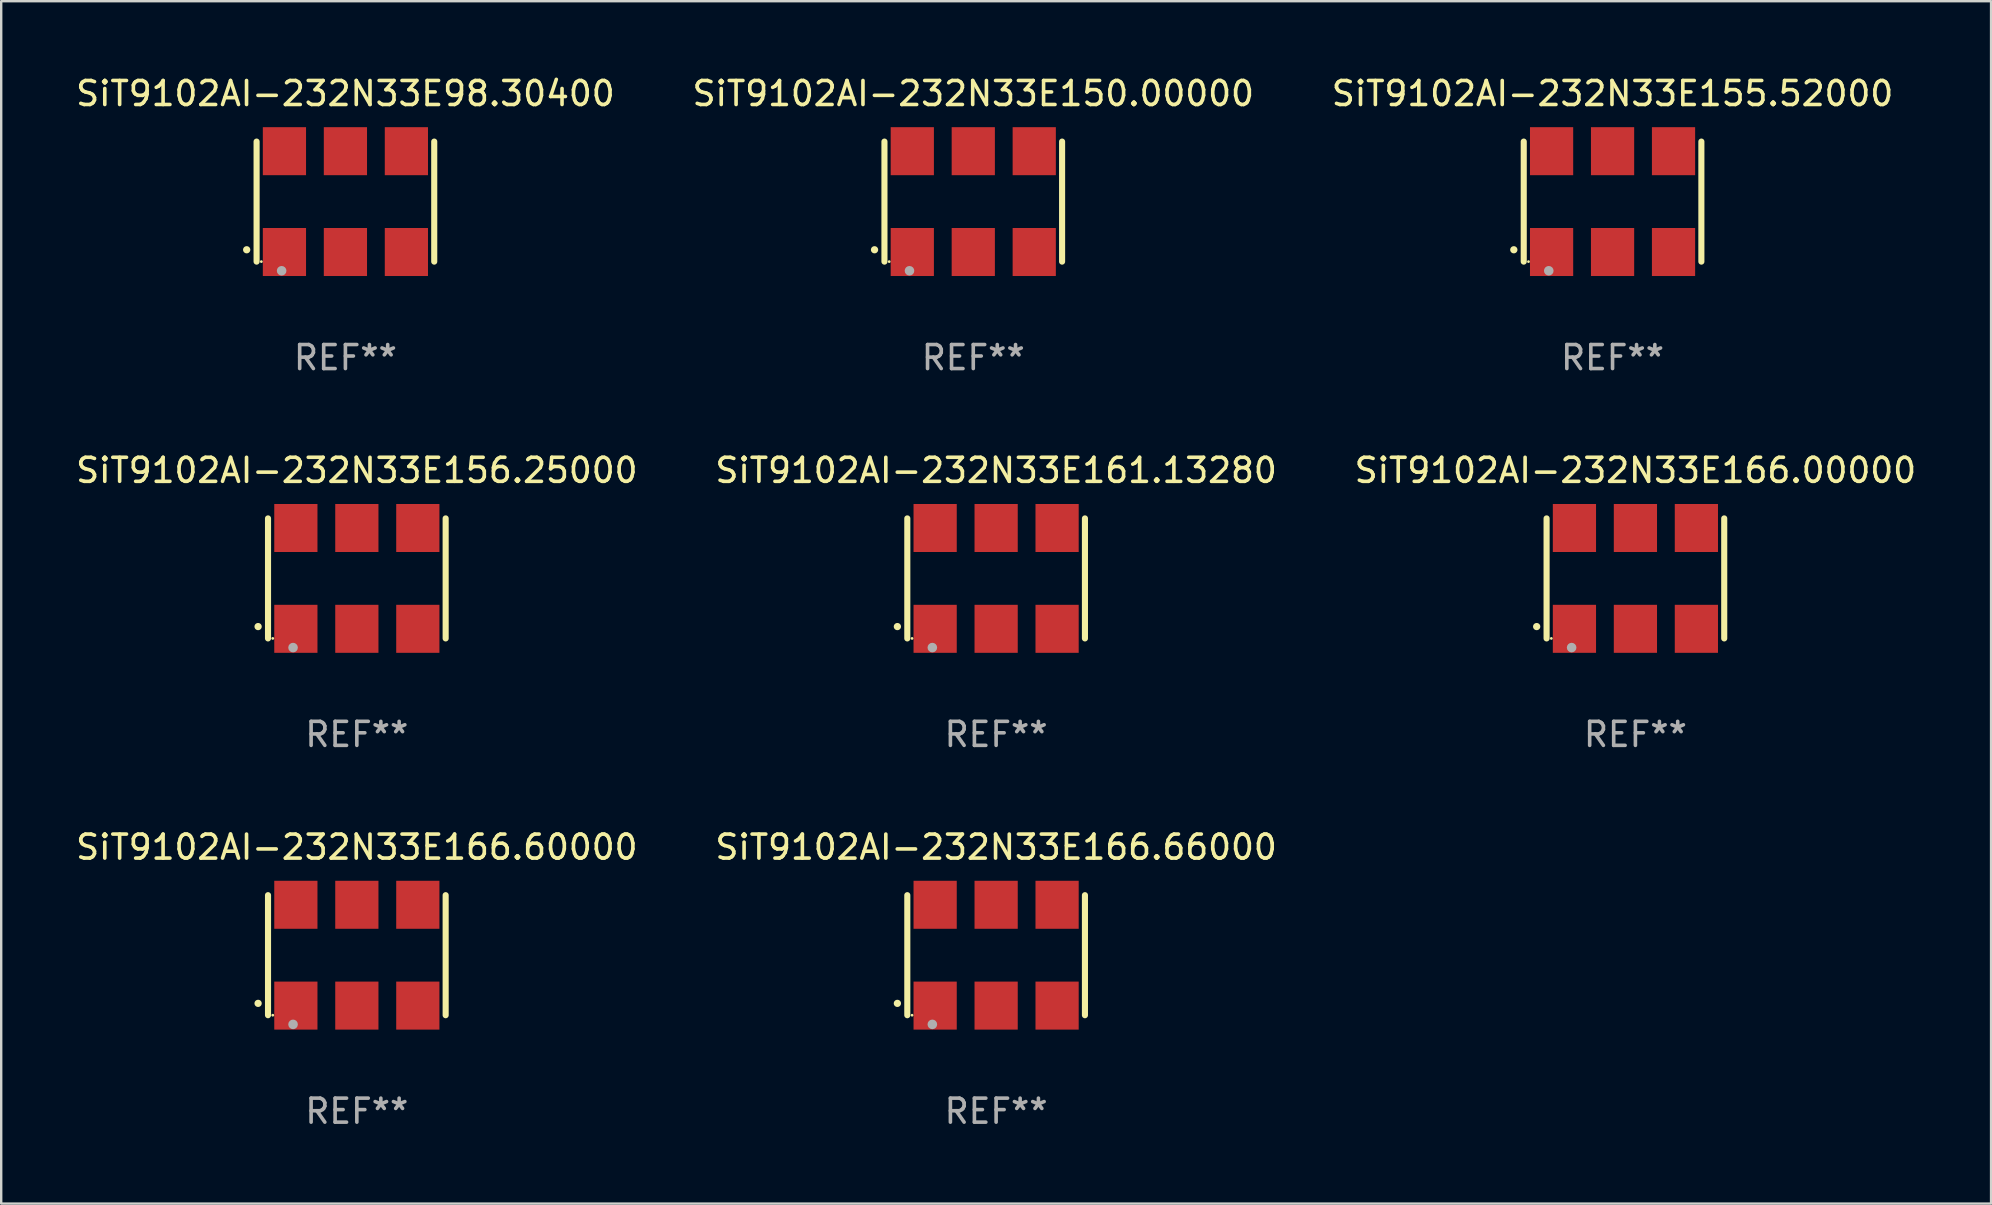
<source format=kicad_pcb>
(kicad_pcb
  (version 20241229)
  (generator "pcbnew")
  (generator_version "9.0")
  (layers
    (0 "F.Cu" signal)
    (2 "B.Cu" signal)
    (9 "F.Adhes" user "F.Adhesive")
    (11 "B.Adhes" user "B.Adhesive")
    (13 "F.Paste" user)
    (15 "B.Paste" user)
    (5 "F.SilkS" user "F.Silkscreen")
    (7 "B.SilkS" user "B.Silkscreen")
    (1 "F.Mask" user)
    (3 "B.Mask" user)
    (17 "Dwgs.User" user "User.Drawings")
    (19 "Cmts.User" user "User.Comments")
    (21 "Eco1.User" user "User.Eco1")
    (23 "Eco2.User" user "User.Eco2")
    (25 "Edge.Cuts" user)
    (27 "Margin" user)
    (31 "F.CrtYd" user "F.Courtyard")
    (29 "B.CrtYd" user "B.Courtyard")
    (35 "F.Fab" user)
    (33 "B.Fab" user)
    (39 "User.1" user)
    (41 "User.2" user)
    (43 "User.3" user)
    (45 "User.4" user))
  (footprint "SiT9102AI-232N33E166.60000"
    (layer "F.Cu")
    (at 11.815 36.741)
    (property "Reference" "SiT9102AI-232N33E166.60000" (at 0 -4.5 0) (layer "F.SilkS") (effects (font (size 1 1) (thickness 0.15))))
    (attr through_hole)
    (fp_line (start -3.7 -2.5) (end -3.7 2.5) (stroke (width 0.254) (type solid)) (layer "F.SilkS"))
    (fp_line (start 3.7 -2.5) (end 3.7 2.5) (stroke (width 0.254) (type solid)) (layer "F.SilkS"))
    (fp_arc (start -4.114415 2.006604) (mid -4.113145 2.006599) (end -4.111875 2.006604) (stroke (width 0.3) (type solid)) (layer "F.SilkS"))
    (fp_circle (center -3.502 2.5) (end -3.472 2.5) (stroke (width 0.06) (type solid)) (fill no) (layer "F.SilkS"))
    (fp_circle (center -2.657 2.882) (end -2.557 2.882) (stroke (width 0.2) (type solid)) (fill no) (layer "F.Fab"))
    (fp_text user "REF**" (at 0 6.5 0) (layer "F.Fab") (effects (font (size 1 1) (thickness 0.15))))
    (pad "1" smd rect (at -2.54 2.1) (size 1.8 2) (layers "F.Cu" "F.Mask" "F.Paste"))
    (pad "2" smd rect (at 0.000394 2.1) (size 1.8 2) (layers "F.Cu" "F.Mask" "F.Paste"))
    (pad "3" smd rect (at 2.54 2.1) (size 1.8 2) (layers "F.Cu" "F.Mask" "F.Paste"))
    (pad "4" smd rect (at 2.54 -2.1) (size 1.8 2) (layers "F.Cu" "F.Mask" "F.Paste"))
    (pad "5" smd rect (at 0.000394 -2.1) (size 1.8 2) (layers "F.Cu" "F.Mask" "F.Paste"))
    (pad "6" smd rect (at -2.54 -2.1) (size 1.8 2) (layers "F.Cu" "F.Mask" "F.Paste")))
  (footprint "SiT9102AI-232N33E98.30400"
    (layer "F.Cu")
    (at 11.339 5.348)
    (property "Reference" "SiT9102AI-232N33E98.30400" (at 0 -4.5 0) (layer "F.SilkS") (effects (font (size 1 1) (thickness 0.15))))
    (attr through_hole)
    (fp_line (start -3.7 -2.5) (end -3.7 2.5) (stroke (width 0.254) (type solid)) (layer "F.SilkS"))
    (fp_line (start 3.7 -2.5) (end 3.7 2.5) (stroke (width 0.254) (type solid)) (layer "F.SilkS"))
    (fp_arc (start -4.114415 2.006604) (mid -4.113145 2.006599) (end -4.111875 2.006604) (stroke (width 0.3) (type solid)) (layer "F.SilkS"))
    (fp_circle (center -3.502 2.5) (end -3.472 2.5) (stroke (width 0.06) (type solid)) (fill no) (layer "F.SilkS"))
    (fp_circle (center -2.657 2.882) (end -2.557 2.882) (stroke (width 0.2) (type solid)) (fill no) (layer "F.Fab"))
    (fp_text user "REF**" (at 0 6.5 0) (layer "F.Fab") (effects (font (size 1 1) (thickness 0.15))))
    (pad "1" smd rect (at -2.54 2.1) (size 1.8 2) (layers "F.Cu" "F.Mask" "F.Paste"))
    (pad "2" smd rect (at 0.000394 2.1) (size 1.8 2) (layers "F.Cu" "F.Mask" "F.Paste"))
    (pad "3" smd rect (at 2.54 2.1) (size 1.8 2) (layers "F.Cu" "F.Mask" "F.Paste"))
    (pad "4" smd rect (at 2.54 -2.1) (size 1.8 2) (layers "F.Cu" "F.Mask" "F.Paste"))
    (pad "5" smd rect (at 0.000394 -2.1) (size 1.8 2) (layers "F.Cu" "F.Mask" "F.Paste"))
    (pad "6" smd rect (at -2.54 -2.1) (size 1.8 2) (layers "F.Cu" "F.Mask" "F.Paste")))
  (footprint "SiT9102AI-232N33E161.13280"
    (layer "F.Cu")
    (at 38.446 21.045)
    (property "Reference" "SiT9102AI-232N33E161.13280" (at 0 -4.5 0) (layer "F.SilkS") (effects (font (size 1 1) (thickness 0.15))))
    (attr through_hole)
    (fp_line (start -3.7 -2.5) (end -3.7 2.5) (stroke (width 0.254) (type solid)) (layer "F.SilkS"))
    (fp_line (start 3.7 -2.5) (end 3.7 2.5) (stroke (width 0.254) (type solid)) (layer "F.SilkS"))
    (fp_arc (start -4.114415 2.006604) (mid -4.113145 2.006599) (end -4.111875 2.006604) (stroke (width 0.3) (type solid)) (layer "F.SilkS"))
    (fp_circle (center -3.502 2.5) (end -3.472 2.5) (stroke (width 0.06) (type solid)) (fill no) (layer "F.SilkS"))
    (fp_circle (center -2.657 2.882) (end -2.557 2.882) (stroke (width 0.2) (type solid)) (fill no) (layer "F.Fab"))
    (fp_text user "REF**" (at 0 6.5 0) (layer "F.Fab") (effects (font (size 1 1) (thickness 0.15))))
    (pad "1" smd rect (at -2.54 2.1) (size 1.8 2) (layers "F.Cu" "F.Mask" "F.Paste"))
    (pad "2" smd rect (at 0.000394 2.1) (size 1.8 2) (layers "F.Cu" "F.Mask" "F.Paste"))
    (pad "3" smd rect (at 2.54 2.1) (size 1.8 2) (layers "F.Cu" "F.Mask" "F.Paste"))
    (pad "4" smd rect (at 2.54 -2.1) (size 1.8 2) (layers "F.Cu" "F.Mask" "F.Paste"))
    (pad "5" smd rect (at 0.000394 -2.1) (size 1.8 2) (layers "F.Cu" "F.Mask" "F.Paste"))
    (pad "6" smd rect (at -2.54 -2.1) (size 1.8 2) (layers "F.Cu" "F.Mask" "F.Paste")))
  (footprint "SiT9102AI-232N33E166.00000"
    (layer "F.Cu")
    (at 65.077 21.045)
    (property "Reference" "SiT9102AI-232N33E166.00000" (at 0 -4.5 0) (layer "F.SilkS") (effects (font (size 1 1) (thickness 0.15))))
    (attr through_hole)
    (fp_line (start -3.7 -2.5) (end -3.7 2.5) (stroke (width 0.254) (type solid)) (layer "F.SilkS"))
    (fp_line (start 3.7 -2.5) (end 3.7 2.5) (stroke (width 0.254) (type solid)) (layer "F.SilkS"))
    (fp_arc (start -4.114415 2.006604) (mid -4.113145 2.006599) (end -4.111875 2.006604) (stroke (width 0.3) (type solid)) (layer "F.SilkS"))
    (fp_circle (center -3.502 2.5) (end -3.472 2.5) (stroke (width 0.06) (type solid)) (fill no) (layer "F.SilkS"))
    (fp_circle (center -2.657 2.882) (end -2.557 2.882) (stroke (width 0.2) (type solid)) (fill no) (layer "F.Fab"))
    (fp_text user "REF**" (at 0 6.5 0) (layer "F.Fab") (effects (font (size 1 1) (thickness 0.15))))
    (pad "1" smd rect (at -2.54 2.1) (size 1.8 2) (layers "F.Cu" "F.Mask" "F.Paste"))
    (pad "2" smd rect (at 0.000394 2.1) (size 1.8 2) (layers "F.Cu" "F.Mask" "F.Paste"))
    (pad "3" smd rect (at 2.54 2.1) (size 1.8 2) (layers "F.Cu" "F.Mask" "F.Paste"))
    (pad "4" smd rect (at 2.54 -2.1) (size 1.8 2) (layers "F.Cu" "F.Mask" "F.Paste"))
    (pad "5" smd rect (at 0.000394 -2.1) (size 1.8 2) (layers "F.Cu" "F.Mask" "F.Paste"))
    (pad "6" smd rect (at -2.54 -2.1) (size 1.8 2) (layers "F.Cu" "F.Mask" "F.Paste")))
  (footprint "SiT9102AI-232N33E155.52000"
    (layer "F.Cu")
    (at 64.125 5.348)
    (property "Reference" "SiT9102AI-232N33E155.52000" (at 0 -4.5 0) (layer "F.SilkS") (effects (font (size 1 1) (thickness 0.15))))
    (attr through_hole)
    (fp_line (start -3.7 -2.5) (end -3.7 2.5) (stroke (width 0.254) (type solid)) (layer "F.SilkS"))
    (fp_line (start 3.7 -2.5) (end 3.7 2.5) (stroke (width 0.254) (type solid)) (layer "F.SilkS"))
    (fp_arc (start -4.114415 2.006604) (mid -4.113145 2.006599) (end -4.111875 2.006604) (stroke (width 0.3) (type solid)) (layer "F.SilkS"))
    (fp_circle (center -3.502 2.5) (end -3.472 2.5) (stroke (width 0.06) (type solid)) (fill no) (layer "F.SilkS"))
    (fp_circle (center -2.657 2.882) (end -2.557 2.882) (stroke (width 0.2) (type solid)) (fill no) (layer "F.Fab"))
    (fp_text user "REF**" (at 0 6.5 0) (layer "F.Fab") (effects (font (size 1 1) (thickness 0.15))))
    (pad "1" smd rect (at -2.54 2.1) (size 1.8 2) (layers "F.Cu" "F.Mask" "F.Paste"))
    (pad "2" smd rect (at 0.000394 2.1) (size 1.8 2) (layers "F.Cu" "F.Mask" "F.Paste"))
    (pad "3" smd rect (at 2.54 2.1) (size 1.8 2) (layers "F.Cu" "F.Mask" "F.Paste"))
    (pad "4" smd rect (at 2.54 -2.1) (size 1.8 2) (layers "F.Cu" "F.Mask" "F.Paste"))
    (pad "5" smd rect (at 0.000394 -2.1) (size 1.8 2) (layers "F.Cu" "F.Mask" "F.Paste"))
    (pad "6" smd rect (at -2.54 -2.1) (size 1.8 2) (layers "F.Cu" "F.Mask" "F.Paste")))
  (footprint "SiT9102AI-232N33E150.00000"
    (layer "F.Cu")
    (at 37.494 5.348)
    (property "Reference" "SiT9102AI-232N33E150.00000" (at 0 -4.5 0) (layer "F.SilkS") (effects (font (size 1 1) (thickness 0.15))))
    (attr through_hole)
    (fp_line (start -3.7 -2.5) (end -3.7 2.5) (stroke (width 0.254) (type solid)) (layer "F.SilkS"))
    (fp_line (start 3.7 -2.5) (end 3.7 2.5) (stroke (width 0.254) (type solid)) (layer "F.SilkS"))
    (fp_arc (start -4.114415 2.006604) (mid -4.113145 2.006599) (end -4.111875 2.006604) (stroke (width 0.3) (type solid)) (layer "F.SilkS"))
    (fp_circle (center -3.502 2.5) (end -3.472 2.5) (stroke (width 0.06) (type solid)) (fill no) (layer "F.SilkS"))
    (fp_circle (center -2.657 2.882) (end -2.557 2.882) (stroke (width 0.2) (type solid)) (fill no) (layer "F.Fab"))
    (fp_text user "REF**" (at 0 6.5 0) (layer "F.Fab") (effects (font (size 1 1) (thickness 0.15))))
    (pad "1" smd rect (at -2.54 2.1) (size 1.8 2) (layers "F.Cu" "F.Mask" "F.Paste"))
    (pad "2" smd rect (at 0.000394 2.1) (size 1.8 2) (layers "F.Cu" "F.Mask" "F.Paste"))
    (pad "3" smd rect (at 2.54 2.1) (size 1.8 2) (layers "F.Cu" "F.Mask" "F.Paste"))
    (pad "4" smd rect (at 2.54 -2.1) (size 1.8 2) (layers "F.Cu" "F.Mask" "F.Paste"))
    (pad "5" smd rect (at 0.000394 -2.1) (size 1.8 2) (layers "F.Cu" "F.Mask" "F.Paste"))
    (pad "6" smd rect (at -2.54 -2.1) (size 1.8 2) (layers "F.Cu" "F.Mask" "F.Paste")))
  (footprint "SiT9102AI-232N33E166.66000"
    (layer "F.Cu")
    (at 38.446 36.741)
    (property "Reference" "SiT9102AI-232N33E166.66000" (at 0 -4.5 0) (layer "F.SilkS") (effects (font (size 1 1) (thickness 0.15))))
    (attr through_hole)
    (fp_line (start -3.7 -2.5) (end -3.7 2.5) (stroke (width 0.254) (type solid)) (layer "F.SilkS"))
    (fp_line (start 3.7 -2.5) (end 3.7 2.5) (stroke (width 0.254) (type solid)) (layer "F.SilkS"))
    (fp_arc (start -4.114415 2.006604) (mid -4.113145 2.006599) (end -4.111875 2.006604) (stroke (width 0.3) (type solid)) (layer "F.SilkS"))
    (fp_circle (center -3.502 2.5) (end -3.472 2.5) (stroke (width 0.06) (type solid)) (fill no) (layer "F.SilkS"))
    (fp_circle (center -2.657 2.882) (end -2.557 2.882) (stroke (width 0.2) (type solid)) (fill no) (layer "F.Fab"))
    (fp_text user "REF**" (at 0 6.5 0) (layer "F.Fab") (effects (font (size 1 1) (thickness 0.15))))
    (pad "1" smd rect (at -2.54 2.1) (size 1.8 2) (layers "F.Cu" "F.Mask" "F.Paste"))
    (pad "2" smd rect (at 0.000394 2.1) (size 1.8 2) (layers "F.Cu" "F.Mask" "F.Paste"))
    (pad "3" smd rect (at 2.54 2.1) (size 1.8 2) (layers "F.Cu" "F.Mask" "F.Paste"))
    (pad "4" smd rect (at 2.54 -2.1) (size 1.8 2) (layers "F.Cu" "F.Mask" "F.Paste"))
    (pad "5" smd rect (at 0.000394 -2.1) (size 1.8 2) (layers "F.Cu" "F.Mask" "F.Paste"))
    (pad "6" smd rect (at -2.54 -2.1) (size 1.8 2) (layers "F.Cu" "F.Mask" "F.Paste")))
  (footprint "SiT9102AI-232N33E156.25000"
    (layer "F.Cu")
    (at 11.815 21.045)
    (property "Reference" "SiT9102AI-232N33E156.25000" (at 0 -4.5 0) (layer "F.SilkS") (effects (font (size 1 1) (thickness 0.15))))
    (attr through_hole)
    (fp_line (start -3.7 -2.5) (end -3.7 2.5) (stroke (width 0.254) (type solid)) (layer "F.SilkS"))
    (fp_line (start 3.7 -2.5) (end 3.7 2.5) (stroke (width 0.254) (type solid)) (layer "F.SilkS"))
    (fp_arc (start -4.114415 2.006604) (mid -4.113145 2.006599) (end -4.111875 2.006604) (stroke (width 0.3) (type solid)) (layer "F.SilkS"))
    (fp_circle (center -3.502 2.5) (end -3.472 2.5) (stroke (width 0.06) (type solid)) (fill no) (layer "F.SilkS"))
    (fp_circle (center -2.657 2.882) (end -2.557 2.882) (stroke (width 0.2) (type solid)) (fill no) (layer "F.Fab"))
    (fp_text user "REF**" (at 0 6.5 0) (layer "F.Fab") (effects (font (size 1 1) (thickness 0.15))))
    (pad "1" smd rect (at -2.54 2.1) (size 1.8 2) (layers "F.Cu" "F.Mask" "F.Paste"))
    (pad "2" smd rect (at 0.000394 2.1) (size 1.8 2) (layers "F.Cu" "F.Mask" "F.Paste"))
    (pad "3" smd rect (at 2.54 2.1) (size 1.8 2) (layers "F.Cu" "F.Mask" "F.Paste"))
    (pad "4" smd rect (at 2.54 -2.1) (size 1.8 2) (layers "F.Cu" "F.Mask" "F.Paste"))
    (pad "5" smd rect (at 0.000394 -2.1) (size 1.8 2) (layers "F.Cu" "F.Mask" "F.Paste"))
    (pad "6" smd rect (at -2.54 -2.1) (size 1.8 2) (layers "F.Cu" "F.Mask" "F.Paste")))
  (gr_rect
    (start -3 -3)
    (end 79.893 47.09)
    (stroke (width 0.1) (type default))
    (fill no)
    (layer "Edge.Cuts")))
</source>
